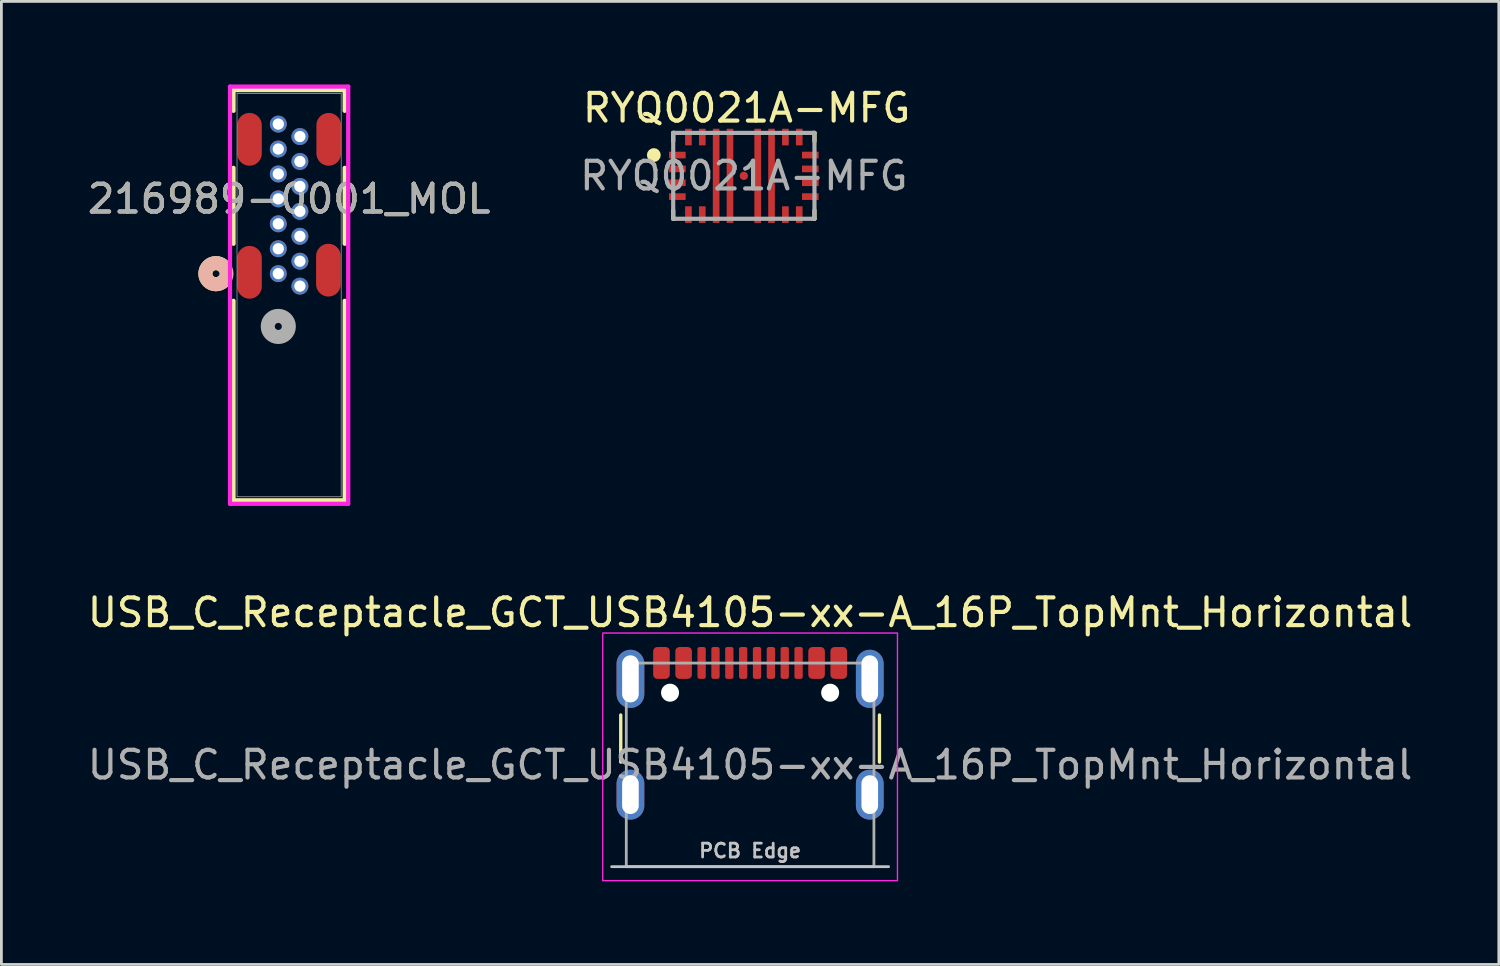
<source format=kicad_pcb>
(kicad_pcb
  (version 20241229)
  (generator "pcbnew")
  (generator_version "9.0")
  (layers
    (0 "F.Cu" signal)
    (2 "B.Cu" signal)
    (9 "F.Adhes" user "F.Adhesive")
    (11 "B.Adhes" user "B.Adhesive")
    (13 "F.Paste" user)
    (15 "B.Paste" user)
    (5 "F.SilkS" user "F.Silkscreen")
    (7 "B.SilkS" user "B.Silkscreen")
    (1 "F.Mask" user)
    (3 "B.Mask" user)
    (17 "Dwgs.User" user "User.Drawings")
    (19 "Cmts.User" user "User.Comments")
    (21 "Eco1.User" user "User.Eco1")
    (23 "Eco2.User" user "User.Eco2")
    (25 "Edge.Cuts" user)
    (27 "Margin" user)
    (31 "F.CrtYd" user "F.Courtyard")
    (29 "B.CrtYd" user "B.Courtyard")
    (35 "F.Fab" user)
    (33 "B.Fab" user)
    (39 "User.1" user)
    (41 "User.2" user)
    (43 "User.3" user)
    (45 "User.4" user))
  (footprint "216989-0001_MOL"
    (layer "F.Cu")
    (at 6.997 6.83)
    (property "Reference" "216989-0001_MOL" (at 0.39 -2.7 0) (unlocked yes) (layer "F.SilkS") (effects (font (size 1 1) (thickness 0.15))))
    (attr through_hole)
    (fp_line (start -1.617 -6.627) (end -1.617 -5.879) (stroke (width 0.152) (type solid)) (layer "F.SilkS"))
    (fp_line (start -1.617 -3.821) (end -1.617 -1.079) (stroke (width 0.152) (type solid)) (layer "F.SilkS"))
    (fp_line (start -1.617 0.979) (end -1.617 8.181) (stroke (width 0.152) (type solid)) (layer "F.SilkS"))
    (fp_line (start -1.617 8.181) (end 2.397 8.181) (stroke (width 0.152) (type solid)) (layer "F.SilkS"))
    (fp_line (start 2.397 -6.627) (end -1.617 -6.627) (stroke (width 0.152) (type solid)) (layer "F.SilkS"))
    (fp_line (start 2.397 -5.879) (end 2.397 -6.627) (stroke (width 0.152) (type solid)) (layer "F.SilkS"))
    (fp_line (start 2.397 -1.079) (end 2.397 -3.821) (stroke (width 0.152) (type solid)) (layer "F.SilkS"))
    (fp_line (start 2.397 8.181) (end 2.397 0.979) (stroke (width 0.152) (type solid)) (layer "F.SilkS"))
    (fp_arc (start -1.99504 0.28167) (mid -2.6326 0) (end -1.99504 -0.28167) (stroke (width 0.508) (type solid)) (layer "F.SilkS"))
    (fp_circle (center -2.252 0) (end -1.871 0) (stroke (width 0.508) (type solid)) (fill no) (layer "B.SilkS"))
    (fp_line (start -1.744 -6.754) (end -1.744 8.308) (stroke (width 0.152) (type solid)) (layer "F.CrtYd"))
    (fp_line (start -1.744 8.308) (end 2.524 8.308) (stroke (width 0.152) (type solid)) (layer "F.CrtYd"))
    (fp_line (start 2.524 -6.754) (end -1.744 -6.754) (stroke (width 0.152) (type solid)) (layer "F.CrtYd"))
    (fp_line (start 2.524 8.308) (end 2.524 -6.754) (stroke (width 0.152) (type solid)) (layer "F.CrtYd"))
    (fp_line (start -1.49 -6.5) (end -1.49 8.054) (stroke (width 0.025) (type solid)) (layer "F.Fab"))
    (fp_line (start -1.49 8.054) (end 2.27 8.054) (stroke (width 0.025) (type solid)) (layer "F.Fab"))
    (fp_line (start 2.27 -6.5) (end -1.49 -6.5) (stroke (width 0.025) (type solid)) (layer "F.Fab"))
    (fp_line (start 2.27 8.054) (end 2.27 -6.5) (stroke (width 0.025) (type solid)) (layer "F.Fab"))
    (fp_circle (center 0 1.905) (end 0.381 1.905) (stroke (width 0.508) (type solid)) (fill no) (layer "F.Fab"))
    (fp_text user "${REFERENCE}" (at 0.39 -2.7 0) (unlocked yes) (layer "F.Fab") (effects (font (size 1 1) (thickness 0.15))))
    (pad "15" smd oval (at -1.04 -4.85) (size 0.889 1.905) (layers "F.Cu" "F.Mask" "F.Paste"))
    (pad "16" smd oval (at 1.82 -4.85) (size 0.889 1.905) (layers "F.Cu" "F.Mask" "F.Paste"))
    (pad "17" smd oval (at -1.04 -0.05) (size 0.889 1.905) (layers "F.Cu" "F.Mask" "F.Paste"))
    (pad "18" smd oval (at 1.809 -0.127) (size 0.889 1.905) (layers "F.Cu" "F.Mask" "F.Paste"))
    (pad "A1" thru_hole circle (at 0 0) (size 0.61 0.61) (drill 0.406) (layers "*.Cu" "*.Mask"))
    (pad "A4" thru_hole circle (at 0 -0.9) (size 0.61 0.61) (drill 0.406) (layers "*.Cu" "*.Mask"))
    (pad "A5" thru_hole circle (at 0 -1.8) (size 0.61 0.61) (drill 0.406) (layers "*.Cu" "*.Mask"))
    (pad "A6" thru_hole circle (at 0 -2.7) (size 0.61 0.61) (drill 0.406) (layers "*.Cu" "*.Mask"))
    (pad "A7" thru_hole circle (at 0 -3.6) (size 0.61 0.61) (drill 0.406) (layers "*.Cu" "*.Mask"))
    (pad "A9" thru_hole circle (at 0 -4.5) (size 0.61 0.61) (drill 0.406) (layers "*.Cu" "*.Mask"))
    (pad "A12" thru_hole circle (at 0 -5.4) (size 0.61 0.61) (drill 0.406) (layers "*.Cu" "*.Mask"))
    (pad "B1" thru_hole circle (at 0.78 -4.95) (size 0.61 0.61) (drill 0.406) (layers "*.Cu" "*.Mask"))
    (pad "B4" thru_hole circle (at 0.78 -4.05) (size 0.61 0.61) (drill 0.406) (layers "*.Cu" "*.Mask"))
    (pad "B5" thru_hole circle (at 0.78 -3.15) (size 0.61 0.61) (drill 0.406) (layers "*.Cu" "*.Mask"))
    (pad "B6" thru_hole circle (at 0.78 -2.25) (size 0.61 0.61) (drill 0.406) (layers "*.Cu" "*.Mask"))
    (pad "B7" thru_hole circle (at 0.78 -1.35) (size 0.61 0.61) (drill 0.406) (layers "*.Cu" "*.Mask"))
    (pad "B9" thru_hole circle (at 0.78 -0.45) (size 0.61 0.61) (drill 0.406) (layers "*.Cu" "*.Mask"))
    (pad "B12" thru_hole circle (at 0.78 0.45) (size 0.61 0.61) (drill 0.406) (layers "*.Cu" "*.Mask")))
  (footprint "USB_C_Receptacle_GCT_USB4105-xx-A_16P_TopMnt_Horizontal"
    (layer "F.Cu")
    (at 24.03 24.563)
    (property "Reference" "USB_C_Receptacle_GCT_USB4105-xx-A_16P_TopMnt_Horizontal" (at 0 -5.5 0) (unlocked yes) (layer "F.SilkS") (effects (font (size 1 1) (thickness 0.15))))
    (fp_line (start -4.67 -0.1) (end -4.67 -1.8) (stroke (width 0.12) (type solid)) (layer "F.SilkS"))
    (fp_line (start 4.67 -0.1) (end 4.67 -1.8) (stroke (width 0.12) (type solid)) (layer "F.SilkS"))
    (fp_line (start 5 3.675) (end -5 3.675) (stroke (width 0.1) (type solid)) (layer "Dwgs.User"))
    (fp_rect (start -5.32 -4.76) (end 5.32 4.18) (stroke (width 0.05) (type solid)) (fill no) (layer "F.CrtYd"))
    (fp_rect (start -4.47 -3.675) (end 4.47 3.675) (stroke (width 0.1) (type solid)) (fill no) (layer "F.Fab"))
    (fp_text user "PCB Edge" (at 0 3.1 0) (unlocked yes) (layer "Dwgs.User") (effects (font (size 0.5 0.5) (thickness 0.1))))
    (fp_text user "${REFERENCE}" (at 0 0 0) (unlocked yes) (layer "F.Fab") (effects (font (size 1 1) (thickness 0.15))))
    (pad "" np_thru_hole circle (at -2.89 -2.605) (size 0.65 0.65) (drill 0.65) (layers "*.Cu" "*.Mask"))
    (pad "" np_thru_hole circle (at 2.89 -2.605) (size 0.65 0.65) (drill 0.65) (layers "*.Cu" "*.Mask"))
    (pad "A1" smd roundrect (at -3.2 -3.68) (size 0.6 1.15) (layers "F.Cu" "F.Mask" "F.Paste") (roundrect_rratio 0.25))
    (pad "A4" smd roundrect (at -2.4 -3.68) (size 0.6 1.15) (layers "F.Cu" "F.Mask" "F.Paste") (roundrect_rratio 0.25))
    (pad "A5" smd roundrect (at -1.25 -3.68) (size 0.3 1.15) (layers "F.Cu" "F.Mask" "F.Paste") (roundrect_rratio 0.25))
    (pad "A6" smd roundrect (at -0.25 -3.68) (size 0.3 1.15) (layers "F.Cu" "F.Mask" "F.Paste") (roundrect_rratio 0.25))
    (pad "A7" smd roundrect (at 0.25 -3.68) (size 0.3 1.15) (layers "F.Cu" "F.Mask" "F.Paste") (roundrect_rratio 0.25))
    (pad "A8" smd roundrect (at 1.25 -3.68) (size 0.3 1.15) (layers "F.Cu" "F.Mask" "F.Paste") (roundrect_rratio 0.25))
    (pad "A9" smd roundrect (at 2.4 -3.68) (size 0.6 1.15) (layers "F.Cu" "F.Mask" "F.Paste") (roundrect_rratio 0.25))
    (pad "B1" smd roundrect (at 3.2 -3.68) (size 0.6 1.15) (layers "F.Cu" "F.Mask" "F.Paste") (roundrect_rratio 0.25))
    (pad "B5" smd roundrect (at 1.75 -3.68) (size 0.3 1.15) (layers "F.Cu" "F.Mask" "F.Paste") (roundrect_rratio 0.25))
    (pad "B6" smd roundrect (at 0.75 -3.68) (size 0.3 1.15) (layers "F.Cu" "F.Mask" "F.Paste") (roundrect_rratio 0.25))
    (pad "B7" smd roundrect (at -0.75 -3.68) (size 0.3 1.15) (layers "F.Cu" "F.Mask" "F.Paste") (roundrect_rratio 0.25))
    (pad "B8" smd roundrect (at -1.75 -3.68) (size 0.3 1.15) (layers "F.Cu" "F.Mask" "F.Paste") (roundrect_rratio 0.25))
    (pad "S1" thru_hole oval (at -4.32 -3.105) (size 1 2.1) (drill oval 0.6 1.7) (property pad_prop_heatsink) (layers "*.Cu" "*.Mask" "F.Paste"))
    (pad "S1" thru_hole oval (at -4.32 1.075) (size 1 1.8) (drill oval 0.6 1.4) (property pad_prop_heatsink) (layers "*.Cu" "*.Mask" "F.Paste"))
    (pad "S1" thru_hole oval (at 4.32 -3.105) (size 1 2.1) (drill oval 0.6 1.7) (property pad_prop_heatsink) (layers "*.Cu" "*.Mask" "F.Paste"))
    (pad "S1" thru_hole oval (at 4.32 1.075) (size 1 1.8) (drill oval 0.6 1.4) (property pad_prop_heatsink) (layers "*.Cu" "*.Mask" "F.Paste")))
  (footprint "RYQ0021A-MFG"
    (layer "F.Cu")
    (at 23.804 3.298)
    (property "Reference" "RYQ0021A-MFG" (at 0.1 -2.45 0) (unlocked yes) (layer "F.SilkS") (effects (font (size 1 1) (thickness 0.15))))
    (attr smd)
    (fp_poly (pts (xy -0.165 1.175) (xy -0.165 -1.175) (xy -0.12 -1.175) (xy -0.12 -1.65) (xy -0.07 -1.7) (xy 0.07 -1.7) (xy 0.12 -1.65) (xy 0.12 -1.175) (xy 0.165 -1.175) (xy 0.165 1.175) (xy 0.12 1.175) (xy 0.12 1.65) (xy 0.07 1.7) (xy -0.07 1.7) (xy -0.12 1.65) (xy -0.12 1.175)) (stroke (width 0) (type solid)) (fill yes) (layer "F.Mask"))
    (fp_line (start -2.55 -1.55) (end -2.495 -1.55) (stroke (width 0.15) (type solid)) (layer "F.SilkS"))
    (fp_line (start -2.55 -1.245) (end -2.55 -1.55) (stroke (width 0.15) (type solid)) (layer "F.SilkS"))
    (fp_line (start -2.55 1.55) (end -2.55 1.245) (stroke (width 0.15) (type solid)) (layer "F.SilkS"))
    (fp_line (start -2.55 1.55) (end -2.495 1.55) (stroke (width 0.15) (type solid)) (layer "F.SilkS"))
    (fp_line (start 2.495 -1.55) (end 2.55 -1.55) (stroke (width 0.15) (type solid)) (layer "F.SilkS"))
    (fp_line (start 2.495 1.55) (end 2.55 1.55) (stroke (width 0.15) (type solid)) (layer "F.SilkS"))
    (fp_line (start 2.55 -1.245) (end 2.55 -1.55) (stroke (width 0.15) (type solid)) (layer "F.SilkS"))
    (fp_line (start 2.55 1.55) (end 2.55 1.245) (stroke (width 0.15) (type solid)) (layer "F.SilkS"))
    (fp_circle (center -3.25 -0.75) (end -3.125 -0.75) (stroke (width 0.25) (type solid)) (fill no) (layer "F.SilkS"))
    (fp_poly (pts (xy -1.07 -0.5) (xy -0.93 -0.5) (xy -0.88 -0.45) (xy -0.88 0.45) (xy -0.93 0.5) (xy -1.07 0.5) (xy -1.12 0.45) (xy -1.12 -0.45)) (stroke (width 0) (type solid)) (fill yes) (layer "F.Paste"))
    (fp_poly (pts (xy -0.88 -0.75) (xy -0.93 -0.7) (xy -1.07 -0.7) (xy -1.12 -0.75) (xy -1.12 -1.65) (xy -1.07 -1.7) (xy -0.93 -1.7) (xy -0.88 -1.65)) (stroke (width 0) (type solid)) (fill yes) (layer "F.Paste"))
    (fp_poly (pts (xy -0.88 0.75) (xy -0.88 1.65) (xy -0.93 1.7) (xy -1.07 1.7) (xy -1.12 1.65) (xy -1.12 0.75) (xy -1.07 0.7) (xy -0.93 0.7)) (stroke (width 0) (type solid)) (fill yes) (layer "F.Paste"))
    (fp_poly (pts (xy -0.62 -0.75) (xy -0.62 -1.65) (xy -0.57 -1.7) (xy -0.43 -1.7) (xy -0.38 -1.65) (xy -0.38 -0.75) (xy -0.43 -0.7) (xy -0.57 -0.7)) (stroke (width 0) (type solid)) (fill yes) (layer "F.Paste"))
    (fp_poly (pts (xy -0.62 0.75) (xy -0.57 0.7) (xy -0.43 0.7) (xy -0.38 0.75) (xy -0.38 1.65) (xy -0.43 1.7) (xy -0.57 1.7) (xy -0.62 1.65)) (stroke (width 0) (type solid)) (fill yes) (layer "F.Paste"))
    (fp_poly (pts (xy -0.43 -0.5) (xy -0.38 -0.45) (xy -0.38 0.45) (xy -0.43 0.5) (xy -0.57 0.5) (xy -0.62 0.45) (xy -0.62 -0.45) (xy -0.57 -0.5)) (stroke (width 0) (type solid)) (fill yes) (layer "F.Paste"))
    (fp_poly (pts (xy -0.07 -1.7) (xy 0.07 -1.7) (xy 0.12 -1.65) (xy 0.12 -0.75) (xy 0.07 -0.7) (xy -0.07 -0.7) (xy -0.12 -0.75) (xy -0.12 -1.65)) (stroke (width 0) (type solid)) (fill yes) (layer "F.Paste"))
    (fp_poly (pts (xy 0.07 0.7) (xy 0.12 0.75) (xy 0.12 1.65) (xy 0.07 1.7) (xy -0.07 1.7) (xy -0.12 1.65) (xy -0.12 0.75) (xy -0.07 0.7)) (stroke (width 0) (type solid)) (fill yes) (layer "F.Paste"))
    (fp_poly (pts (xy 0.165 -0.45) (xy 0.165 0.45) (xy 0.115 0.5) (xy -0.115 0.5) (xy -0.165 0.45) (xy -0.165 -0.45) (xy -0.115 -0.5) (xy 0.115 -0.5)) (stroke (width 0) (type solid)) (fill yes) (layer "F.Paste"))
    (fp_poly (pts (xy 0.43 1.7) (xy 0.38 1.65) (xy 0.38 0.75) (xy 0.43 0.7) (xy 0.57 0.7) (xy 0.62 0.75) (xy 0.62 1.65) (xy 0.57 1.7)) (stroke (width 0) (type solid)) (fill yes) (layer "F.Paste"))
    (fp_poly (pts (xy 0.57 -1.7) (xy 0.62 -1.65) (xy 0.62 -0.75) (xy 0.57 -0.7) (xy 0.43 -0.7) (xy 0.38 -0.75) (xy 0.38 -1.65) (xy 0.43 -1.7)) (stroke (width 0) (type solid)) (fill yes) (layer "F.Paste"))
    (fp_poly (pts (xy 0.57 -0.5) (xy 0.62 -0.45) (xy 0.62 0.45) (xy 0.57 0.5) (xy 0.43 0.5) (xy 0.38 0.45) (xy 0.38 -0.45) (xy 0.43 -0.5)) (stroke (width 0) (type solid)) (fill yes) (layer "F.Paste"))
    (fp_poly (pts (xy 0.88 -0.45) (xy 0.93 -0.5) (xy 1.07 -0.5) (xy 1.12 -0.45) (xy 1.12 0.45) (xy 1.07 0.5) (xy 0.93 0.5) (xy 0.88 0.45)) (stroke (width 0) (type solid)) (fill yes) (layer "F.Paste"))
    (fp_poly (pts (xy 0.93 -1.7) (xy 1.07 -1.7) (xy 1.12 -1.65) (xy 1.12 -0.75) (xy 1.07 -0.7) (xy 0.93 -0.7) (xy 0.88 -0.75) (xy 0.88 -1.65)) (stroke (width 0) (type solid)) (fill yes) (layer "F.Paste"))
    (fp_poly (pts (xy 1.07 1.7) (xy 0.93 1.7) (xy 0.88 1.65) (xy 0.88 0.75) (xy 0.93 0.7) (xy 1.07 0.7) (xy 1.12 0.75) (xy 1.12 1.65)) (stroke (width 0) (type solid)) (fill yes) (layer "F.Paste"))
    (fp_line (start -2.55 -1.55) (end 2.55 -1.55) (stroke (width 0.15) (type solid)) (layer "F.Fab"))
    (fp_line (start -2.55 1.55) (end -2.55 -1.55) (stroke (width 0.15) (type solid)) (layer "F.Fab"))
    (fp_line (start -2.55 1.55) (end 2.55 1.55) (stroke (width 0.15) (type solid)) (layer "F.Fab"))
    (fp_line (start 2.55 1.55) (end 2.55 -1.55) (stroke (width 0.15) (type solid)) (layer "F.Fab"))
    (fp_text user "${REFERENCE}" (at 0 0 0) (unlocked yes) (layer "F.Fab") (effects (font (size 1 1) (thickness 0.15))))
    (pad "1" smd rect (at -2.4 -0.75 90) (size 0.24 0.6) (layers "F.Cu" "F.Mask" "F.Paste"))
    (pad "2" smd rect (at -2.4 -0.25 90) (size 0.24 0.6) (layers "F.Cu" "F.Mask" "F.Paste"))
    (pad "3" smd rect (at -2.4 0.25 90) (size 0.24 0.6) (layers "F.Cu" "F.Mask" "F.Paste"))
    (pad "4" smd rect (at -2.4 0.75 90) (size 0.24 0.6) (layers "F.Cu" "F.Mask" "F.Paste"))
    (pad "5" smd rect (at -2 1.4) (size 0.24 0.6) (layers "F.Cu" "F.Mask" "F.Paste"))
    (pad "6" smd rect (at -1.5 1.4) (size 0.24 0.6) (layers "F.Cu" "F.Mask" "F.Paste"))
    (pad "7" smd rect (at -1 0) (size 0.24 3.4) (layers "F.Cu" "F.Mask"))
    (pad "8" smd rect (at -0.5 0) (size 0.24 3.4) (layers "F.Cu" "F.Mask"))
    (pad "9" smd circle (at 0 0) (size 0.297 0.297) (layers "F.Cu" "F.Mask"))
    (pad "10" smd rect (at 0.5 0) (size 0.24 3.4) (layers "F.Cu" "F.Mask"))
    (pad "11" smd rect (at 1 0) (size 0.24 3.4) (layers "F.Cu" "F.Mask"))
    (pad "12" smd rect (at 1.5 1.4) (size 0.24 0.6) (layers "F.Cu" "F.Mask" "F.Paste"))
    (pad "13" smd rect (at 2 1.4) (size 0.24 0.6) (layers "F.Cu" "F.Mask" "F.Paste"))
    (pad "14" smd rect (at 2.4 0.75 90) (size 0.24 0.6) (layers "F.Cu" "F.Mask" "F.Paste"))
    (pad "15" smd rect (at 2.4 0.25 90) (size 0.24 0.6) (layers "F.Cu" "F.Mask" "F.Paste"))
    (pad "16" smd rect (at 2.4 -0.25 90) (size 0.24 0.6) (layers "F.Cu" "F.Mask" "F.Paste"))
    (pad "17" smd rect (at 2.4 -0.75 90) (size 0.24 0.6) (layers "F.Cu" "F.Mask" "F.Paste"))
    (pad "18" smd rect (at 2 -1.4) (size 0.24 0.6) (layers "F.Cu" "F.Mask" "F.Paste"))
    (pad "19" smd rect (at 1.5 -1.4) (size 0.24 0.6) (layers "F.Cu" "F.Mask" "F.Paste"))
    (pad "20" smd rect (at -1.5 -1.4) (size 0.24 0.6) (layers "F.Cu" "F.Mask" "F.Paste"))
    (pad "21" smd rect (at -2 -1.4) (size 0.24 0.6) (layers "F.Cu" "F.Mask" "F.Paste")))
  (gr_rect
    (start -3 -3)
    (end 51.06 31.768)
    (stroke (width 0.1) (type default))
    (fill no)
    (layer "Edge.Cuts")))
</source>
